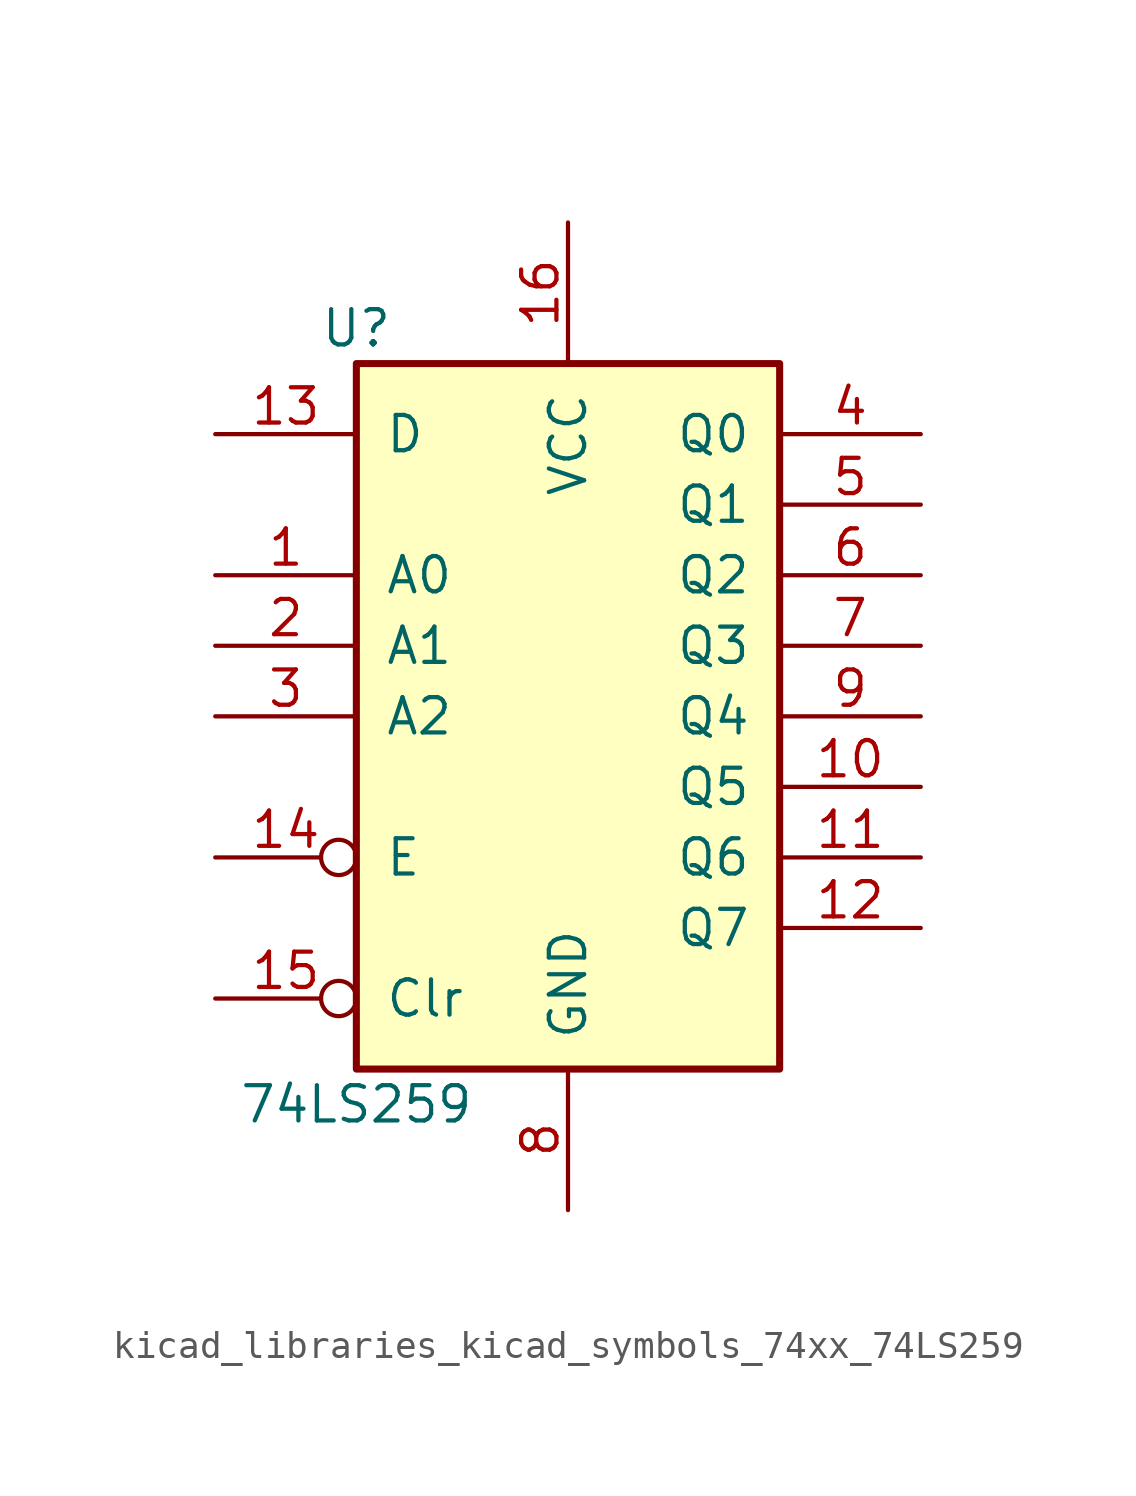
<source format=kicad_sym>
(kicad_symbol_lib
  (version 20220914)
  (generator kicad_symbol_editor)
  (symbol "kicad_libraries_kicad_symbols_74xx_74LS259"
    (pin_names
      (offset 1.016))
    (property "Reference" "U"
      (at -7.62 13.97 0)
      (effects (font (size 1.27 1.27))))
    (property "Value" "74LS259"
      (at -7.62 -13.97 0)
      (effects (font (size 1.27 1.27))))
    (property "ki_locked" ""
      (at 0 0 0)
      (effects (font (size 1.27 1.27))))
    (symbol "kicad_libraries_kicad_symbols_74xx_74LS259_1_0"
      (pin input line (at -12.7 5.08 0) (length 5.08) (name "A0" (effects (font (size 1.27 1.27)))) (number "1" (effects (font (size 1.27 1.27)))))
      (pin output line (at 12.7 -2.54 180) (length 5.08) (name "Q5" (effects (font (size 1.27 1.27)))) (number "10" (effects (font (size 1.27 1.27)))))
      (pin output line (at 12.7 -5.08 180) (length 5.08) (name "Q6" (effects (font (size 1.27 1.27)))) (number "11" (effects (font (size 1.27 1.27)))))
      (pin output line (at 12.7 -7.62 180) (length 5.08) (name "Q7" (effects (font (size 1.27 1.27)))) (number "12" (effects (font (size 1.27 1.27)))))
      (pin input line (at -12.7 10.16 0) (length 5.08) (name "D" (effects (font (size 1.27 1.27)))) (number "13" (effects (font (size 1.27 1.27)))))
      (pin input inverted (at -12.7 -5.08 0) (length 5.08) (name "E" (effects (font (size 1.27 1.27)))) (number "14" (effects (font (size 1.27 1.27)))))
      (pin input inverted (at -12.7 -10.16 0) (length 5.08) (name "Clr" (effects (font (size 1.27 1.27)))) (number "15" (effects (font (size 1.27 1.27)))))
      (pin power_in line (at 0 17.78 270) (length 5.08) (name "VCC" (effects (font (size 1.27 1.27)))) (number "16" (effects (font (size 1.27 1.27)))))
      (pin input line (at -12.7 2.54 0) (length 5.08) (name "A1" (effects (font (size 1.27 1.27)))) (number "2" (effects (font (size 1.27 1.27)))))
      (pin input line (at -12.7 0 0) (length 5.08) (name "A2" (effects (font (size 1.27 1.27)))) (number "3" (effects (font (size 1.27 1.27)))))
      (pin output line (at 12.7 10.16 180) (length 5.08) (name "Q0" (effects (font (size 1.27 1.27)))) (number "4" (effects (font (size 1.27 1.27)))))
      (pin output line (at 12.7 7.62 180) (length 5.08) (name "Q1" (effects (font (size 1.27 1.27)))) (number "5" (effects (font (size 1.27 1.27)))))
      (pin output line (at 12.7 5.08 180) (length 5.08) (name "Q2" (effects (font (size 1.27 1.27)))) (number "6" (effects (font (size 1.27 1.27)))))
      (pin output line (at 12.7 2.54 180) (length 5.08) (name "Q3" (effects (font (size 1.27 1.27)))) (number "7" (effects (font (size 1.27 1.27)))))
      (pin power_in line (at 0 -17.78 90) (length 5.08) (name "GND" (effects (font (size 1.27 1.27)))) (number "8" (effects (font (size 1.27 1.27)))))
      (pin output line (at 12.7 0 180) (length 5.08) (name "Q4" (effects (font (size 1.27 1.27)))) (number "9" (effects (font (size 1.27 1.27))))))
    (symbol "kicad_libraries_kicad_symbols_74xx_74LS259_1_1"
      (rectangle (start -7.62 12.7) (end 7.62 -12.7) (stroke (width 0.254) (type default)) (fill (type background))))))
</source>
